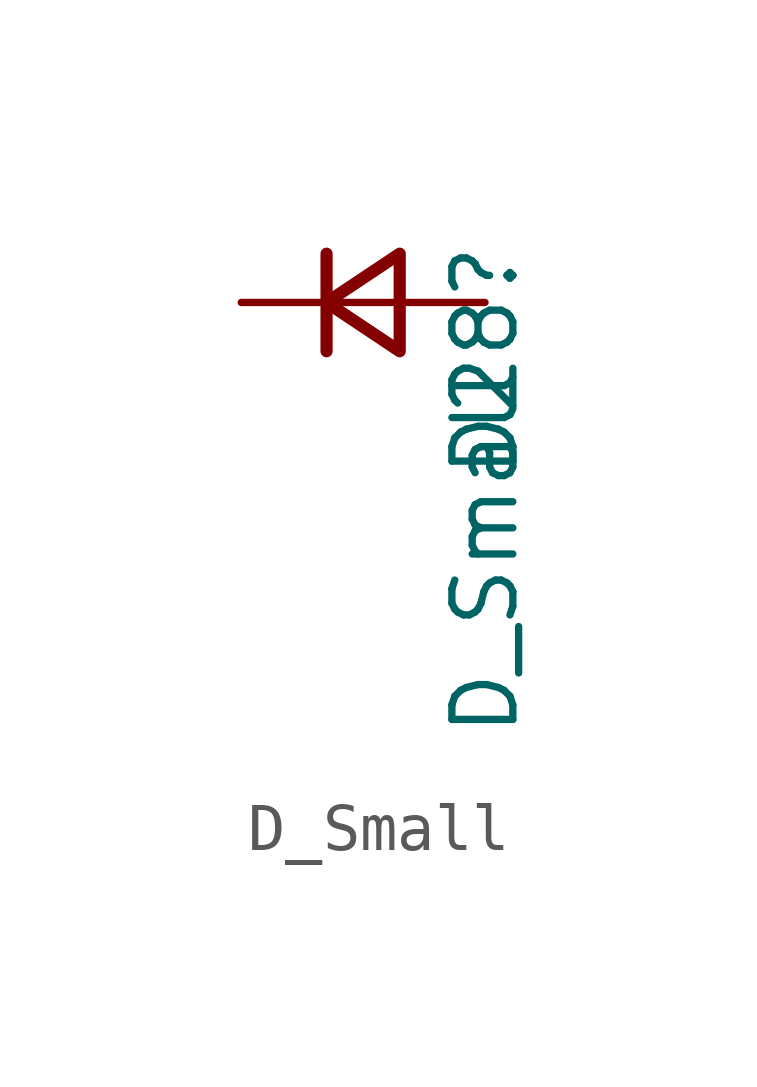
<source format=kicad_sym>
(kicad_symbol_lib
  (version 20231120)
  (generator "kicad_symbol_editor")
  (generator_version "8.0")
  (symbol "D_Small"
    (pin_numbers hide)
    (pin_names
      (offset 0.254) hide)
    (property "Reference" "D28"
      (at 2.54 1.27 90)
      (effects (font (size 1.27 1.27)) (justify right)))
    (property "Value" "D_Small"
      (at 2.54 -1.27 90)
      (effects (font (size 1.27 1.27)) (justify right)))
    (symbol "D_Small_0_1"
      (polyline (pts (xy -0.762 -1.016) (xy -0.762 1.016)) (stroke (width 0.254) (type default)) (fill (type none)))
      (polyline (pts (xy -0.762 0) (xy 0.762 0)) (stroke (width 0) (type default)) (fill (type none)))
      (polyline (pts (xy 0.762 -1.016) (xy -0.762 0) (xy 0.762 1.016) (xy 0.762 -1.016)) (stroke (width 0.254) (type default)) (fill (type none))))
    (symbol "D_Small_1_1"
      (pin passive line (at -2.54 0 0) (length 1.778) (name "K" (effects (font (size 1.27 1.27)))) (number "1" (effects (font (size 1.27 1.27)))))
      (pin passive line (at 2.54 0 180) (length 1.778) (name "A" (effects (font (size 1.27 1.27)))) (number "2" (effects (font (size 1.27 1.27))))))))
</source>
